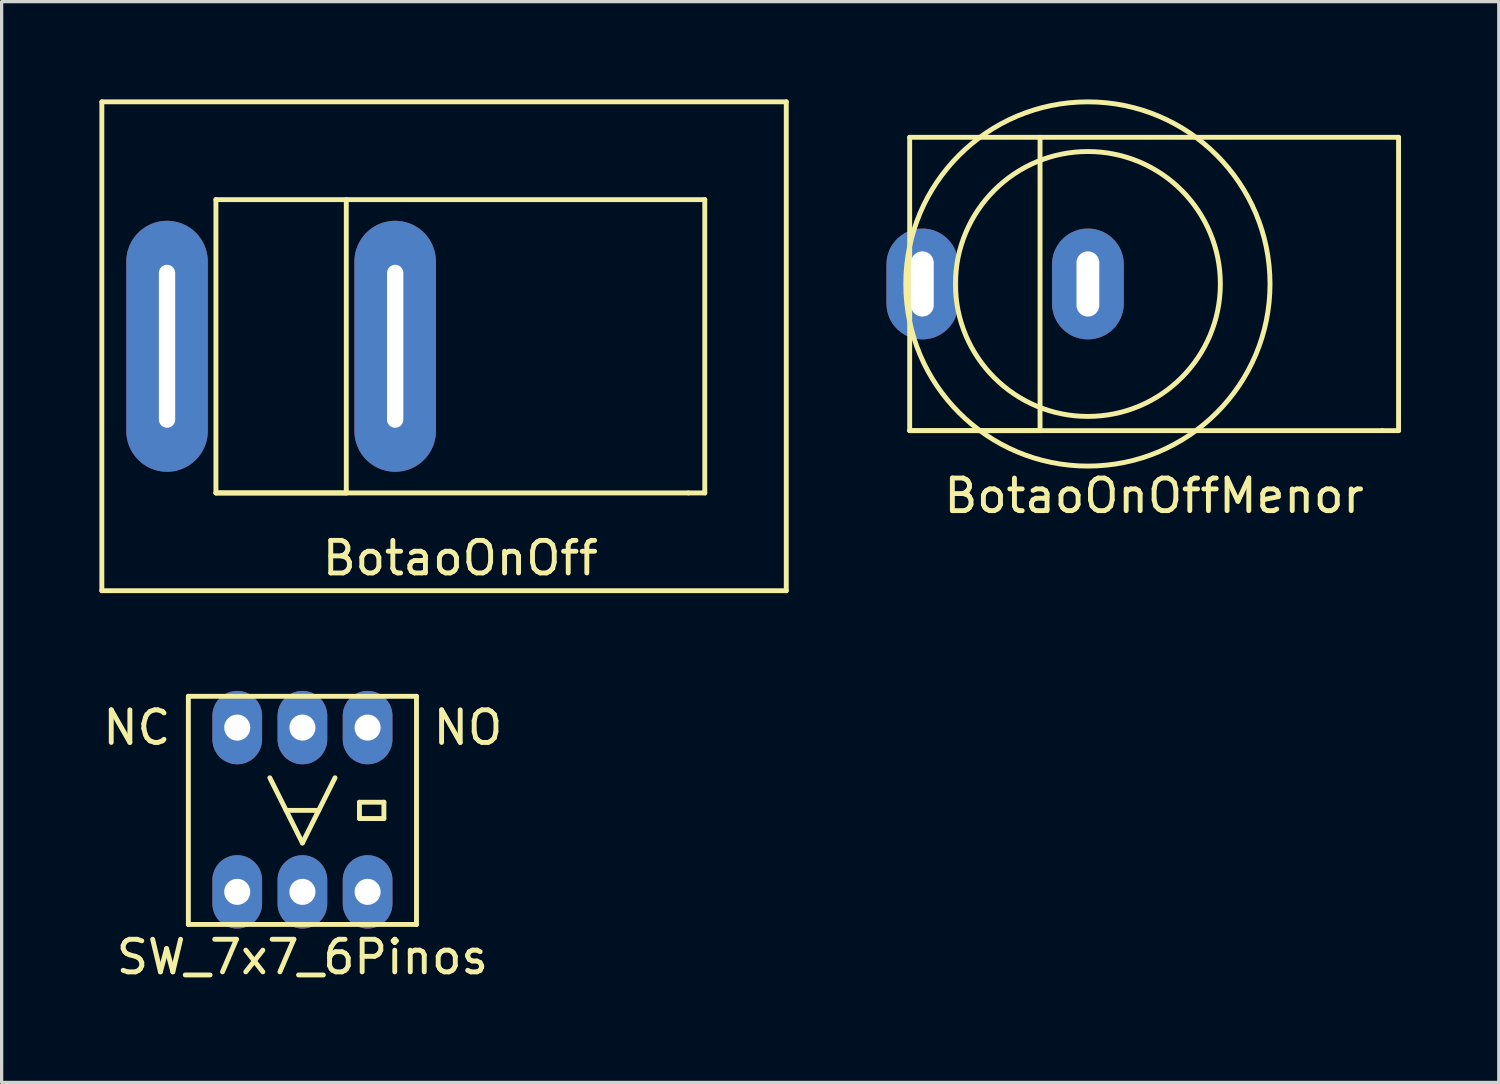
<source format=kicad_pcb>
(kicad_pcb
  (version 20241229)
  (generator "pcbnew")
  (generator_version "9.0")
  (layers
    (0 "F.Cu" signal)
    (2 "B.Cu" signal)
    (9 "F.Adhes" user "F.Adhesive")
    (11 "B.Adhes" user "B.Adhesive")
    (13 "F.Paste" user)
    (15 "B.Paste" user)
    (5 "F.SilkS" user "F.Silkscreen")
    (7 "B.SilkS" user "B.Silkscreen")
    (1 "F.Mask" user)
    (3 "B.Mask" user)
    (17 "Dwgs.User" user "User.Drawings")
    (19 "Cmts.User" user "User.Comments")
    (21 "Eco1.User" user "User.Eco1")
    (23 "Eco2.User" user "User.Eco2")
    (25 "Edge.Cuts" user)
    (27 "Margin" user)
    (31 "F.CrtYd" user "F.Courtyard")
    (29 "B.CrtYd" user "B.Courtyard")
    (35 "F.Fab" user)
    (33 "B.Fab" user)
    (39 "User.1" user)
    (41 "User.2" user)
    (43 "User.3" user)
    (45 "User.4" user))
  (footprint "BotaoOnOff"
    (layer "F.Cu")
    (at 11.075 7.575)
    (property "Reference" "BotaoOnOff" (at 0 6.5 0) (layer "F.SilkS") (effects (font (size 1 1) (thickness 0.15))))
    (attr through_hole)
    (fp_line (start -11 -7.5) (end 10 -7.5) (stroke (width 0.15) (type solid)) (layer "F.SilkS"))
    (fp_line (start -11 7.5) (end -11 -7.5) (stroke (width 0.15) (type solid)) (layer "F.SilkS"))
    (fp_line (start -7.5 -4.5) (end -7.5 4.5) (stroke (width 0.15) (type solid)) (layer "F.SilkS"))
    (fp_line (start -7.5 4.5) (end -3.5 4.5) (stroke (width 0.15) (type solid)) (layer "F.SilkS"))
    (fp_line (start -7.5 4.5) (end 7 4.5) (stroke (width 0.15) (type solid)) (layer "F.SilkS"))
    (fp_line (start -3.5 4.5) (end -3.5 -4.5) (stroke (width 0.15) (type solid)) (layer "F.SilkS"))
    (fp_line (start 7 4.5) (end 7.5 4.5) (stroke (width 0.15) (type solid)) (layer "F.SilkS"))
    (fp_line (start 7.5 -4.5) (end -7.5 -4.5) (stroke (width 0.15) (type solid)) (layer "F.SilkS"))
    (fp_line (start 7.5 4.5) (end 7.5 -4.5) (stroke (width 0.15) (type solid)) (layer "F.SilkS"))
    (fp_line (start 10 -7.5) (end 10 7.5) (stroke (width 0.15) (type solid)) (layer "F.SilkS"))
    (fp_line (start 10 7.5) (end -11 7.5) (stroke (width 0.15) (type solid)) (layer "F.SilkS"))
    (pad "1" thru_hole oval (at -9 0) (size 2.5 7.7) (drill oval 0.5 5) (layers "*.Cu" "*.Mask"))
    (pad "2" thru_hole oval (at -2 0) (size 2.5 7.7) (drill oval 0.5 5) (layers "*.Cu" "*.Mask")))
  (footprint "SW_7x7_6Pinos"
    (layer "F.Cu")
    (at 6.229 21.815)
    (property "Reference" "SW_7x7_6Pinos" (at 0 4.5 0) (layer "F.SilkS") (effects (font (size 1 1) (thickness 0.15))))
    (attr through_hole)
    (fp_line (start -3.5 -3.5) (end -3.5 3.5) (stroke (width 0.15) (type solid)) (layer "F.SilkS"))
    (fp_line (start -3.5 3.5) (end 3.5 3.5) (stroke (width 0.15) (type solid)) (layer "F.SilkS"))
    (fp_line (start -1 -1) (end 0 1) (stroke (width 0.15) (type solid)) (layer "F.SilkS"))
    (fp_line (start 0 1) (end 1 -1) (stroke (width 0.15) (type solid)) (layer "F.SilkS"))
    (fp_line (start 0.5 0) (end -0.5 0) (stroke (width 0.15) (type solid)) (layer "F.SilkS"))
    (fp_line (start 1.75 -0.25) (end 2.5 -0.25) (stroke (width 0.15) (type solid)) (layer "F.SilkS"))
    (fp_line (start 1.75 0.25) (end 1.75 -0.25) (stroke (width 0.15) (type solid)) (layer "F.SilkS"))
    (fp_line (start 2.5 -0.25) (end 2.5 0.25) (stroke (width 0.15) (type solid)) (layer "F.SilkS"))
    (fp_line (start 2.5 0.25) (end 1.75 0.25) (stroke (width 0.15) (type solid)) (layer "F.SilkS"))
    (fp_line (start 3.5 -3.5) (end -3.5 -3.5) (stroke (width 0.15) (type solid)) (layer "F.SilkS"))
    (fp_line (start 3.5 3.5) (end 3.5 -3.5) (stroke (width 0.15) (type solid)) (layer "F.SilkS"))
    (fp_text user "NO" (at 5.08 -2.54 0) (layer "F.SilkS") (effects (font (size 1 1) (thickness 0.15))))
    (fp_text user "NC" (at -5.08 -2.54 0) (layer "F.SilkS") (effects (font (size 1 1) (thickness 0.15))))
    (pad "1" thru_hole oval (at -2 -2.54) (size 1.524 2.25) (drill 0.8) (layers "*.Cu" "*.Mask"))
    (pad "2" thru_hole oval (at 0 -2.54) (size 1.524 2.25) (drill 0.8) (layers "*.Cu" "*.Mask"))
    (pad "3" thru_hole oval (at 2 -2.54) (size 1.524 2.25) (drill 0.8) (layers "*.Cu" "*.Mask"))
    (pad "4" thru_hole oval (at -2 2.5) (size 1.524 2.25) (drill 0.8) (layers "*.Cu" "*.Mask"))
    (pad "5" thru_hole oval (at 0 2.5) (size 1.524 2.25) (drill 0.8) (layers "*.Cu" "*.Mask"))
    (pad "6" thru_hole oval (at 2 2.5) (size 1.524 2.25) (drill 0.8) (layers "*.Cu" "*.Mask")))
  (footprint "BotaoOnOffMenor"
    (layer "F.Cu")
    (at 32.362 5.663)
    (property "Reference" "BotaoOnOffMenor" (at 0 6.5 0) (layer "F.SilkS") (effects (font (size 1 1) (thickness 0.15))))
    (attr through_hole)
    (fp_line (start -7.5 -4.5) (end -7.5 4.5) (stroke (width 0.15) (type solid)) (layer "F.SilkS"))
    (fp_line (start -7.5 4.5) (end -3.5 4.5) (stroke (width 0.15) (type solid)) (layer "F.SilkS"))
    (fp_line (start -7.5 4.5) (end 7 4.5) (stroke (width 0.15) (type solid)) (layer "F.SilkS"))
    (fp_line (start -3.5 4.5) (end -3.5 -4.5) (stroke (width 0.15) (type solid)) (layer "F.SilkS"))
    (fp_line (start 7 4.5) (end 7.5 4.5) (stroke (width 0.15) (type solid)) (layer "F.SilkS"))
    (fp_line (start 7.5 -4.5) (end -7.5 -4.5) (stroke (width 0.15) (type solid)) (layer "F.SilkS"))
    (fp_line (start 7.5 4.5) (end 7.5 -4.5) (stroke (width 0.15) (type solid)) (layer "F.SilkS"))
    (fp_circle (center -2.032 0) (end -7.62 0) (stroke (width 0.15) (type solid)) (fill no) (layer "F.SilkS"))
    (fp_circle (center -2.032 0) (end -2.032 -4.064) (stroke (width 0.15) (type solid)) (fill no) (layer "F.SilkS"))
    (pad "1" thru_hole oval (at -7.112 0) (size 2.2 3.4) (drill oval 0.7 2) (layers "*.Cu" "*.Mask"))
    (pad "2" thru_hole oval (at -2.032 0) (size 2.2 3.4) (drill oval 0.7 2) (layers "*.Cu" "*.Mask")))
  (gr_rect
    (start -3 -3)
    (end 42.937 30.163)
    (stroke (width 0.1) (type default))
    (fill no)
    (layer "Edge.Cuts")))
</source>
